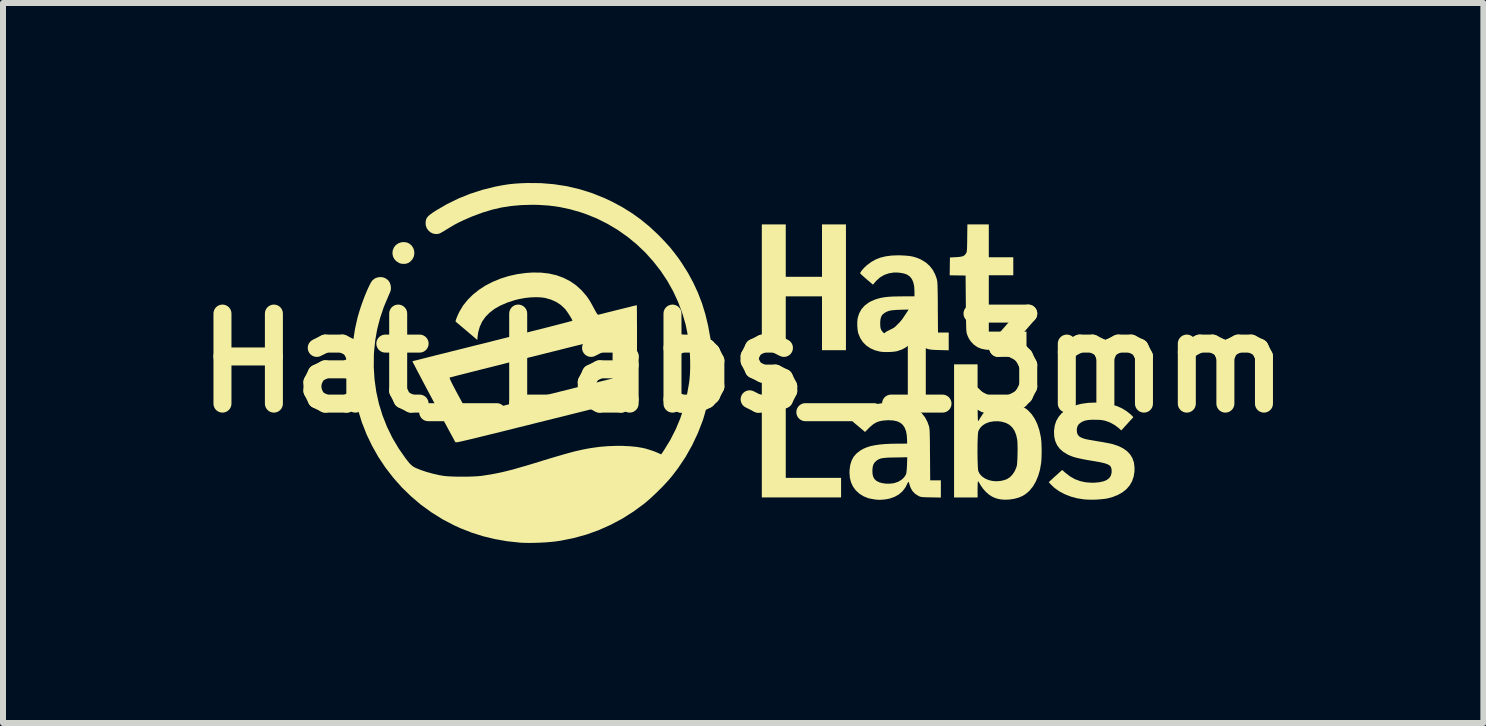
<source format=kicad_pcb>
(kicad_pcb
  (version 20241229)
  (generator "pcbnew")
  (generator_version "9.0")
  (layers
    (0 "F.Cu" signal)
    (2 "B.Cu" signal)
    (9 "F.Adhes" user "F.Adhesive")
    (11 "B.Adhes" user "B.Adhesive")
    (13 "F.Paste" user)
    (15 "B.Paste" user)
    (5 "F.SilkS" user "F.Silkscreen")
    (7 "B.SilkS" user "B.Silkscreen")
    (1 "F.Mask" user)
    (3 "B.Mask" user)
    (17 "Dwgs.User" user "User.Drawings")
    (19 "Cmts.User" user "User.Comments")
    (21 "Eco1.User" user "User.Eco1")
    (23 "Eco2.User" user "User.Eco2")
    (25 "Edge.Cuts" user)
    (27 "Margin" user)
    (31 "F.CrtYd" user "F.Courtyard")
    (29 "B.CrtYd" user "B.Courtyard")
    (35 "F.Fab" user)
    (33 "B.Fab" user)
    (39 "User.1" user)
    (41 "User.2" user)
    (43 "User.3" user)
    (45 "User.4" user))
  (footprint "Hat_Labs_13mm"
    (layer "F.Cu")
    (at 9.336 2.998)
    (property "Reference" "Hat_Labs_13mm" (at 0 0 0) (layer "F.SilkS") (effects (font (size 1.5 1.5) (thickness 0.3))))
    (attr board_only exclude_from_pos_files exclude_from_bom)
    (fp_poly (pts (xy 0.709 1.036) (xy 0.709 1.916) (xy 1.17 1.916) (xy 1.631 1.916) (xy 1.631 2.079) (xy 1.631 2.242) (xy 0.97 2.242) (xy 0.31 2.242) (xy 0.31 1.199) (xy 0.31 0.155) (xy 0.51 0.155) (xy 0.709 0.155)) (stroke (width 0) (type solid)) (fill yes) (layer "F.SilkS"))
    (fp_poly (pts (xy -5.605 -2.007) (xy -5.562 -1.987) (xy -5.523 -1.952) (xy -5.497 -1.91) (xy -5.483 -1.864) (xy -5.481 -1.816) (xy -5.491 -1.768) (xy -5.514 -1.725) (xy -5.548 -1.688) (xy -5.58 -1.666) (xy -5.623 -1.652) (xy -5.671 -1.65) (xy -5.718 -1.658) (xy -5.736 -1.666) (xy -5.783 -1.696) (xy -5.817 -1.734) (xy -5.838 -1.779) (xy -5.846 -1.827) (xy -5.841 -1.875) (xy -5.822 -1.922) (xy -5.791 -1.963) (xy -5.751 -1.991) (xy -5.704 -2.009) (xy -5.654 -2.014)) (stroke (width 0) (type solid)) (fill yes) (layer "F.SilkS"))
    (fp_poly (pts (xy 0.709 -1.871) (xy 0.709 -1.435) (xy 1.011 -1.435) (xy 1.313 -1.435) (xy 1.313 -1.871) (xy 1.313 -2.308) (xy 1.513 -2.308) (xy 1.712 -2.308) (xy 1.712 -1.26) (xy 1.712 -0.212) (xy 1.513 -0.212) (xy 1.313 -0.212) (xy 1.313 -0.66) (xy 1.313 -1.109) (xy 1.011 -1.109) (xy 0.709 -1.109) (xy 0.709 -0.66) (xy 0.709 -0.212) (xy 0.51 -0.212) (xy 0.31 -0.212) (xy 0.31 -1.26) (xy 0.31 -2.308) (xy 0.51 -2.308) (xy 0.709 -2.308)) (stroke (width 0) (type solid)) (fill yes) (layer "F.SilkS"))
    (fp_poly (pts (xy 4.093 -2.034) (xy 4.093 -1.761) (xy 4.297 -1.761) (xy 4.501 -1.761) (xy 4.501 -1.61) (xy 4.501 -1.46) (xy 4.297 -1.46) (xy 4.093 -1.46) (xy 4.093 -0.991) (xy 4.093 -0.522) (xy 4.407 -0.522) (xy 4.721 -0.522) (xy 4.721 -0.367) (xy 4.721 -0.212) (xy 4.409 -0.213) (xy 4.337 -0.213) (xy 4.268 -0.214) (xy 4.204 -0.215) (xy 4.148 -0.216) (xy 4.101 -0.218) (xy 4.066 -0.219) (xy 4.045 -0.221) (xy 4.044 -0.221) (xy 3.968 -0.236) (xy 3.903 -0.263) (xy 3.845 -0.303) (xy 3.812 -0.336) (xy 3.782 -0.373) (xy 3.759 -0.409) (xy 3.74 -0.451) (xy 3.729 -0.481) (xy 3.726 -0.492) (xy 3.723 -0.504) (xy 3.721 -0.519) (xy 3.719 -0.539) (xy 3.717 -0.564) (xy 3.716 -0.596) (xy 3.715 -0.637) (xy 3.714 -0.688) (xy 3.713 -0.749) (xy 3.712 -0.823) (xy 3.711 -0.911) (xy 3.71 -0.991) (xy 3.706 -1.456) (xy 3.573 -1.458) (xy 3.441 -1.46) (xy 3.443 -1.609) (xy 3.445 -1.757) (xy 3.544 -1.762) (xy 3.597 -1.766) (xy 3.637 -1.772) (xy 3.667 -1.781) (xy 3.689 -1.795) (xy 3.706 -1.815) (xy 3.714 -1.827) (xy 3.719 -1.836) (xy 3.723 -1.847) (xy 3.726 -1.861) (xy 3.728 -1.88) (xy 3.73 -1.907) (xy 3.731 -1.943) (xy 3.732 -1.991) (xy 3.733 -2.052) (xy 3.733 -2.081) (xy 3.736 -2.308) (xy 3.915 -2.308) (xy 4.093 -2.308)) (stroke (width 0) (type solid)) (fill yes) (layer "F.SilkS"))
    (fp_poly (pts (xy 3.906 0.497) (xy 3.906 0.599) (xy 3.906 0.689) (xy 3.907 0.769) (xy 3.908 0.837) (xy 3.909 0.891) (xy 3.91 0.932) (xy 3.912 0.959) (xy 3.913 0.97) (xy 3.913 0.97) (xy 3.921 0.964) (xy 3.933 0.946) (xy 3.947 0.922) (xy 3.992 0.852) (xy 4.05 0.788) (xy 4.116 0.732) (xy 4.122 0.728) (xy 4.172 0.701) (xy 4.234 0.681) (xy 4.303 0.668) (xy 4.377 0.662) (xy 4.451 0.665) (xy 4.522 0.675) (xy 4.531 0.677) (xy 4.576 0.692) (xy 4.628 0.715) (xy 4.679 0.742) (xy 4.723 0.771) (xy 4.744 0.788) (xy 4.805 0.852) (xy 4.858 0.93) (xy 4.901 1.019) (xy 4.935 1.12) (xy 4.959 1.231) (xy 4.965 1.276) (xy 4.97 1.328) (xy 4.972 1.391) (xy 4.974 1.46) (xy 4.973 1.53) (xy 4.971 1.595) (xy 4.967 1.651) (xy 4.965 1.668) (xy 4.946 1.78) (xy 4.916 1.883) (xy 4.877 1.976) (xy 4.829 2.058) (xy 4.773 2.128) (xy 4.709 2.184) (xy 4.656 2.217) (xy 4.591 2.245) (xy 4.516 2.265) (xy 4.436 2.277) (xy 4.358 2.28) (xy 4.294 2.275) (xy 4.243 2.265) (xy 4.201 2.252) (xy 4.157 2.233) (xy 4.142 2.225) (xy 4.092 2.192) (xy 4.041 2.147) (xy 3.994 2.093) (xy 3.954 2.035) (xy 3.939 2.008) (xy 3.927 1.987) (xy 3.917 1.975) (xy 3.914 1.973) (xy 3.911 1.981) (xy 3.908 2.004) (xy 3.907 2.04) (xy 3.906 2.087) (xy 3.906 2.108) (xy 3.906 2.242) (xy 3.71 2.242) (xy 3.514 2.242) (xy 3.514 1.487) (xy 3.904 1.487) (xy 3.905 1.554) (xy 3.906 1.617) (xy 3.908 1.676) (xy 3.91 1.726) (xy 3.913 1.767) (xy 3.916 1.795) (xy 3.918 1.804) (xy 3.943 1.852) (xy 3.981 1.893) (xy 4.029 1.926) (xy 4.087 1.951) (xy 4.15 1.967) (xy 4.218 1.973) (xy 4.289 1.967) (xy 4.32 1.961) (xy 4.353 1.952) (xy 4.385 1.941) (xy 4.402 1.933) (xy 4.449 1.901) (xy 4.491 1.856) (xy 4.527 1.801) (xy 4.552 1.741) (xy 4.558 1.72) (xy 4.563 1.695) (xy 4.566 1.656) (xy 4.569 1.609) (xy 4.571 1.554) (xy 4.572 1.496) (xy 4.573 1.439) (xy 4.572 1.384) (xy 4.571 1.336) (xy 4.568 1.297) (xy 4.567 1.285) (xy 4.55 1.203) (xy 4.523 1.134) (xy 4.485 1.077) (xy 4.437 1.032) (xy 4.378 1) (xy 4.308 0.98) (xy 4.248 0.972) (xy 4.173 0.974) (xy 4.104 0.986) (xy 4.042 1.009) (xy 3.991 1.041) (xy 3.95 1.082) (xy 3.922 1.13) (xy 3.918 1.14) (xy 3.915 1.16) (xy 3.911 1.194) (xy 3.909 1.239) (xy 3.907 1.293) (xy 3.905 1.354) (xy 3.905 1.42) (xy 3.904 1.487) (xy 3.514 1.487) (xy 3.514 1.133) (xy 3.514 0.024) (xy 3.71 0.024) (xy 3.906 0.024)) (stroke (width 0) (type solid)) (fill yes) (layer "F.SilkS"))
    (fp_poly (pts (xy 5.869 0.661) (xy 5.923 0.663) (xy 5.985 0.668) (xy 6.049 0.676) (xy 6.109 0.686) (xy 6.158 0.697) (xy 6.159 0.697) (xy 6.237 0.723) (xy 6.314 0.758) (xy 6.384 0.801) (xy 6.445 0.848) (xy 6.466 0.867) (xy 6.502 0.904) (xy 6.47 0.94) (xy 6.451 0.96) (xy 6.425 0.988) (xy 6.396 1.021) (xy 6.369 1.05) (xy 6.301 1.125) (xy 6.26 1.088) (xy 6.19 1.035) (xy 6.11 0.992) (xy 6.059 0.973) (xy 6.027 0.963) (xy 5.994 0.956) (xy 5.957 0.951) (xy 5.911 0.948) (xy 5.892 0.948) (xy 5.818 0.947) (xy 5.757 0.951) (xy 5.706 0.959) (xy 5.664 0.974) (xy 5.634 0.989) (xy 5.595 1.019) (xy 5.571 1.055) (xy 5.56 1.099) (xy 5.559 1.12) (xy 5.564 1.166) (xy 5.578 1.201) (xy 5.604 1.228) (xy 5.629 1.242) (xy 5.648 1.251) (xy 5.667 1.258) (xy 5.688 1.265) (xy 5.713 1.271) (xy 5.745 1.278) (xy 5.785 1.285) (xy 5.837 1.294) (xy 5.901 1.305) (xy 5.924 1.309) (xy 5.98 1.318) (xy 6.034 1.328) (xy 6.082 1.337) (xy 6.122 1.345) (xy 6.151 1.352) (xy 6.156 1.353) (xy 6.251 1.385) (xy 6.331 1.424) (xy 6.397 1.471) (xy 6.448 1.525) (xy 6.486 1.587) (xy 6.511 1.658) (xy 6.521 1.738) (xy 6.521 1.805) (xy 6.508 1.892) (xy 6.481 1.971) (xy 6.44 2.042) (xy 6.386 2.105) (xy 6.318 2.159) (xy 6.238 2.203) (xy 6.145 2.239) (xy 6.063 2.26) (xy 6.014 2.267) (xy 5.954 2.273) (xy 5.888 2.278) (xy 5.82 2.28) (xy 5.755 2.279) (xy 5.698 2.276) (xy 5.685 2.275) (xy 5.569 2.257) (xy 5.46 2.228) (xy 5.358 2.188) (xy 5.267 2.14) (xy 5.186 2.082) (xy 5.121 2.02) (xy 5.092 1.987) (xy 5.145 1.939) (xy 5.177 1.909) (xy 5.214 1.876) (xy 5.25 1.844) (xy 5.257 1.837) (xy 5.316 1.784) (xy 5.366 1.829) (xy 5.445 1.89) (xy 5.527 1.937) (xy 5.615 1.97) (xy 5.709 1.99) (xy 5.812 1.997) (xy 5.859 1.996) (xy 5.94 1.988) (xy 6.007 1.973) (xy 6.06 1.95) (xy 6.1 1.92) (xy 6.126 1.881) (xy 6.139 1.833) (xy 6.14 1.808) (xy 6.139 1.776) (xy 6.133 1.749) (xy 6.123 1.727) (xy 6.105 1.708) (xy 6.079 1.693) (xy 6.044 1.679) (xy 5.997 1.666) (xy 5.937 1.653) (xy 5.863 1.64) (xy 5.833 1.635) (xy 5.744 1.62) (xy 5.669 1.606) (xy 5.607 1.593) (xy 5.554 1.581) (xy 5.508 1.568) (xy 5.469 1.554) (xy 5.433 1.539) (xy 5.409 1.528) (xy 5.336 1.484) (xy 5.276 1.432) (xy 5.231 1.371) (xy 5.2 1.302) (xy 5.183 1.225) (xy 5.18 1.139) (xy 5.181 1.121) (xy 5.193 1.039) (xy 5.217 0.967) (xy 5.255 0.901) (xy 5.306 0.84) (xy 5.307 0.839) (xy 5.372 0.786) (xy 5.449 0.742) (xy 5.538 0.707) (xy 5.638 0.681) (xy 5.748 0.666) (xy 5.866 0.661)) (stroke (width 0) (type solid)) (fill yes) (layer "F.SilkS"))
    (fp_poly (pts (xy 2.635 0.674) (xy 2.734 0.698) (xy 2.829 0.735) (xy 2.836 0.739) (xy 2.913 0.784) (xy 2.978 0.841) (xy 3.031 0.908) (xy 3.072 0.987) (xy 3.096 1.056) (xy 3.099 1.069) (xy 3.102 1.084) (xy 3.104 1.102) (xy 3.106 1.126) (xy 3.108 1.157) (xy 3.109 1.196) (xy 3.11 1.244) (xy 3.111 1.303) (xy 3.112 1.374) (xy 3.112 1.46) (xy 3.113 1.531) (xy 3.116 1.957) (xy 3.205 1.957) (xy 3.294 1.957) (xy 3.294 2.1) (xy 3.294 2.244) (xy 3.129 2.241) (xy 3.073 2.24) (xy 3.03 2.239) (xy 2.999 2.237) (xy 2.975 2.235) (xy 2.957 2.231) (xy 2.942 2.227) (xy 2.927 2.22) (xy 2.919 2.216) (xy 2.863 2.18) (xy 2.819 2.133) (xy 2.787 2.075) (xy 2.771 2.025) (xy 2.763 1.996) (xy 2.756 1.984) (xy 2.748 1.987) (xy 2.739 2.004) (xy 2.703 2.076) (xy 2.655 2.139) (xy 2.595 2.191) (xy 2.525 2.231) (xy 2.445 2.26) (xy 2.388 2.272) (xy 2.337 2.278) (xy 2.293 2.281) (xy 2.251 2.281) (xy 2.201 2.277) (xy 2.182 2.274) (xy 2.091 2.257) (xy 2.01 2.225) (xy 1.938 2.181) (xy 1.878 2.126) (xy 1.831 2.063) (xy 1.798 1.994) (xy 1.778 1.917) (xy 1.771 1.83) (xy 1.772 1.801) (xy 2.153 1.801) (xy 2.156 1.857) (xy 2.168 1.901) (xy 2.188 1.936) (xy 2.219 1.965) (xy 2.223 1.967) (xy 2.265 1.989) (xy 2.319 2.004) (xy 2.379 2.012) (xy 2.441 2.013) (xy 2.502 2.006) (xy 2.524 2.001) (xy 2.585 1.98) (xy 2.638 1.948) (xy 2.68 1.909) (xy 2.709 1.865) (xy 2.715 1.851) (xy 2.719 1.832) (xy 2.723 1.8) (xy 2.727 1.759) (xy 2.729 1.712) (xy 2.73 1.697) (xy 2.734 1.572) (xy 2.535 1.576) (xy 2.463 1.577) (xy 2.405 1.579) (xy 2.359 1.583) (xy 2.322 1.587) (xy 2.293 1.593) (xy 2.268 1.602) (xy 2.246 1.613) (xy 2.225 1.627) (xy 2.221 1.63) (xy 2.19 1.659) (xy 2.169 1.694) (xy 2.157 1.739) (xy 2.153 1.795) (xy 2.153 1.801) (xy 1.772 1.801) (xy 1.772 1.79) (xy 1.783 1.704) (xy 1.806 1.628) (xy 1.842 1.562) (xy 1.892 1.506) (xy 1.955 1.458) (xy 2.003 1.431) (xy 2.059 1.407) (xy 2.122 1.387) (xy 2.194 1.372) (xy 2.276 1.36) (xy 2.369 1.352) (xy 2.476 1.347) (xy 2.591 1.346) (xy 2.732 1.345) (xy 2.731 1.299) (xy 2.727 1.212) (xy 2.714 1.139) (xy 2.691 1.08) (xy 2.659 1.032) (xy 2.617 0.997) (xy 2.564 0.973) (xy 2.499 0.959) (xy 2.422 0.955) (xy 2.392 0.956) (xy 2.323 0.962) (xy 2.265 0.974) (xy 2.215 0.993) (xy 2.167 1.022) (xy 2.119 1.062) (xy 2.085 1.095) (xy 2.03 1.151) (xy 1.936 1.071) (xy 1.902 1.042) (xy 1.871 1.017) (xy 1.847 0.996) (xy 1.832 0.983) (xy 1.828 0.981) (xy 1.822 0.97) (xy 1.823 0.956) (xy 1.835 0.936) (xy 1.857 0.909) (xy 1.891 0.873) (xy 1.904 0.86) (xy 1.968 0.804) (xy 2.035 0.758) (xy 2.109 0.722) (xy 2.191 0.695) (xy 2.282 0.676) (xy 2.387 0.665) (xy 2.414 0.664) (xy 2.529 0.663)) (stroke (width 0) (type solid)) (fill yes) (layer "F.SilkS"))
    (fp_poly (pts (xy 2.632 -1.792) (xy 2.707 -1.788) (xy 2.77 -1.782) (xy 2.825 -1.772) (xy 2.875 -1.758) (xy 2.926 -1.739) (xy 2.967 -1.72) (xy 3.043 -1.674) (xy 3.106 -1.618) (xy 3.159 -1.551) (xy 3.2 -1.472) (xy 3.222 -1.411) (xy 3.226 -1.396) (xy 3.229 -1.383) (xy 3.232 -1.368) (xy 3.235 -1.35) (xy 3.236 -1.329) (xy 3.238 -1.301) (xy 3.239 -1.267) (xy 3.24 -1.223) (xy 3.241 -1.17) (xy 3.242 -1.105) (xy 3.243 -1.026) (xy 3.243 -0.933) (xy 3.243 -0.928) (xy 3.246 -0.506) (xy 3.336 -0.506) (xy 3.425 -0.506) (xy 3.425 -0.358) (xy 3.425 -0.21) (xy 3.272 -0.214) (xy 3.205 -0.216) (xy 3.152 -0.219) (xy 3.11 -0.224) (xy 3.076 -0.232) (xy 3.048 -0.242) (xy 3.022 -0.256) (xy 2.997 -0.275) (xy 2.994 -0.277) (xy 2.96 -0.312) (xy 2.93 -0.357) (xy 2.908 -0.406) (xy 2.897 -0.448) (xy 2.892 -0.471) (xy 2.884 -0.477) (xy 2.875 -0.468) (xy 2.863 -0.444) (xy 2.826 -0.373) (xy 2.776 -0.312) (xy 2.715 -0.261) (xy 2.643 -0.222) (xy 2.561 -0.195) (xy 2.546 -0.192) (xy 2.502 -0.186) (xy 2.449 -0.182) (xy 2.392 -0.181) (xy 2.336 -0.182) (xy 2.289 -0.187) (xy 2.281 -0.188) (xy 2.195 -0.21) (xy 2.119 -0.244) (xy 2.051 -0.29) (xy 1.995 -0.346) (xy 1.951 -0.412) (xy 1.92 -0.487) (xy 1.912 -0.516) (xy 1.905 -0.562) (xy 1.901 -0.618) (xy 1.901 -0.662) (xy 2.283 -0.662) (xy 2.284 -0.62) (xy 2.287 -0.59) (xy 2.293 -0.566) (xy 2.3 -0.55) (xy 2.324 -0.515) (xy 2.361 -0.485) (xy 2.401 -0.465) (xy 2.453 -0.451) (xy 2.515 -0.445) (xy 2.58 -0.447) (xy 2.644 -0.457) (xy 2.666 -0.462) (xy 2.724 -0.484) (xy 2.773 -0.515) (xy 2.812 -0.552) (xy 2.839 -0.595) (xy 2.844 -0.61) (xy 2.848 -0.631) (xy 2.851 -0.664) (xy 2.853 -0.706) (xy 2.854 -0.754) (xy 2.854 -0.766) (xy 2.854 -0.891) (xy 2.668 -0.887) (xy 2.597 -0.885) (xy 2.539 -0.882) (xy 2.493 -0.878) (xy 2.456 -0.873) (xy 2.425 -0.866) (xy 2.399 -0.856) (xy 2.374 -0.844) (xy 2.358 -0.834) (xy 2.326 -0.81) (xy 2.304 -0.781) (xy 2.291 -0.744) (xy 2.284 -0.697) (xy 2.283 -0.662) (xy 1.901 -0.662) (xy 1.901 -0.675) (xy 1.905 -0.727) (xy 1.909 -0.752) (xy 1.933 -0.826) (xy 1.97 -0.894) (xy 2.021 -0.952) (xy 2.085 -1.002) (xy 2.129 -1.026) (xy 2.18 -1.049) (xy 2.231 -1.067) (xy 2.285 -1.082) (xy 2.345 -1.093) (xy 2.412 -1.101) (xy 2.489 -1.106) (xy 2.579 -1.108) (xy 2.66 -1.109) (xy 2.854 -1.109) (xy 2.854 -1.198) (xy 2.849 -1.277) (xy 2.835 -1.343) (xy 2.811 -1.397) (xy 2.778 -1.439) (xy 2.733 -1.47) (xy 2.72 -1.476) (xy 2.679 -1.49) (xy 2.627 -1.5) (xy 2.572 -1.506) (xy 2.519 -1.506) (xy 2.507 -1.506) (xy 2.423 -1.492) (xy 2.348 -1.465) (xy 2.28 -1.425) (xy 2.218 -1.369) (xy 2.188 -1.335) (xy 2.163 -1.304) (xy 2.056 -1.395) (xy 2.021 -1.425) (xy 1.991 -1.452) (xy 1.967 -1.474) (xy 1.953 -1.489) (xy 1.949 -1.495) (xy 1.955 -1.51) (xy 1.97 -1.533) (xy 1.993 -1.56) (xy 2.02 -1.59) (xy 2.05 -1.618) (xy 2.066 -1.632) (xy 2.135 -1.683) (xy 2.208 -1.724) (xy 2.288 -1.755) (xy 2.375 -1.776) (xy 2.472 -1.789) (xy 2.581 -1.793)) (stroke (width 0) (type solid)) (fill yes) (layer "F.SilkS"))
    (fp_poly (pts (xy -3.375 -1.505) (xy -3.24 -1.49) (xy -3.113 -1.461) (xy -2.995 -1.418) (xy -2.885 -1.362) (xy -2.784 -1.292) (xy -2.693 -1.209) (xy -2.61 -1.113) (xy -2.574 -1.062) (xy -2.559 -1.037) (xy -2.538 -1.002) (xy -2.515 -0.961) (xy -2.492 -0.918) (xy -2.486 -0.907) (xy -2.462 -0.863) (xy -2.444 -0.832) (xy -2.431 -0.813) (xy -2.421 -0.804) (xy -2.415 -0.803) (xy -2.403 -0.806) (xy -2.378 -0.812) (xy -2.342 -0.821) (xy -2.296 -0.833) (xy -2.244 -0.846) (xy -2.186 -0.86) (xy -2.125 -0.876) (xy -2.063 -0.891) (xy -2.002 -0.906) (xy -1.945 -0.92) (xy -1.892 -0.933) (xy -1.847 -0.945) (xy -1.811 -0.953) (xy -1.786 -0.959) (xy -1.774 -0.962) (xy -1.774 -0.962) (xy -1.773 -0.954) (xy -1.772 -0.931) (xy -1.772 -0.894) (xy -1.771 -0.844) (xy -1.771 -0.782) (xy -1.771 -0.709) (xy -1.77 -0.627) (xy -1.77 -0.536) (xy -1.77 -0.438) (xy -1.77 -0.334) (xy -1.77 -0.224) (xy -1.77 -0.19) (xy -1.77 0.583) (xy -3.279 0.959) (xy -3.46 1.004) (xy -3.626 1.046) (xy -3.778 1.083) (xy -3.916 1.118) (xy -4.041 1.149) (xy -4.153 1.177) (xy -4.254 1.201) (xy -4.343 1.223) (xy -4.422 1.243) (xy -4.491 1.26) (xy -4.551 1.274) (xy -4.602 1.286) (xy -4.646 1.296) (xy -4.682 1.305) (xy -4.712 1.311) (xy -4.736 1.316) (xy -4.755 1.32) (xy -4.769 1.322) (xy -4.78 1.323) (xy -4.787 1.323) (xy -4.792 1.322) (xy -4.795 1.321) (xy -4.797 1.319) (xy -4.798 1.318) (xy -4.807 1.304) (xy -4.821 1.277) (xy -4.842 1.239) (xy -4.868 1.191) (xy -4.899 1.134) (xy -4.934 1.069) (xy -4.972 0.998) (xy -5.013 0.922) (xy -5.056 0.841) (xy -5.1 0.758) (xy -5.145 0.673) (xy -5.19 0.588) (xy -5.235 0.504) (xy -5.279 0.421) (xy -5.321 0.342) (xy -5.36 0.268) (xy -5.369 0.25) (xy -4.893 0.25) (xy -4.889 0.263) (xy -4.88 0.285) (xy -4.865 0.317) (xy -4.844 0.36) (xy -4.816 0.413) (xy -4.781 0.48) (xy -4.741 0.554) (xy -4.706 0.618) (xy -4.674 0.678) (xy -4.645 0.731) (xy -4.619 0.777) (xy -4.598 0.814) (xy -4.583 0.84) (xy -4.574 0.854) (xy -4.573 0.856) (xy -4.564 0.854) (xy -4.541 0.849) (xy -4.503 0.839) (xy -4.452 0.827) (xy -4.389 0.811) (xy -4.315 0.793) (xy -4.229 0.772) (xy -4.135 0.748) (xy -4.031 0.722) (xy -3.919 0.694) (xy -3.8 0.664) (xy -3.675 0.633) (xy -3.544 0.601) (xy -3.409 0.567) (xy -3.372 0.558) (xy -2.177 0.259) (xy -2.177 -0.087) (xy -2.177 -0.172) (xy -2.177 -0.241) (xy -2.178 -0.298) (xy -2.178 -0.342) (xy -2.179 -0.376) (xy -2.181 -0.4) (xy -2.182 -0.417) (xy -2.184 -0.426) (xy -2.187 -0.431) (xy -2.19 -0.432) (xy -2.199 -0.43) (xy -2.223 -0.425) (xy -2.261 -0.415) (xy -2.312 -0.403) (xy -2.375 -0.388) (xy -2.448 -0.369) (xy -2.532 -0.349) (xy -2.624 -0.326) (xy -2.724 -0.301) (xy -2.831 -0.275) (xy -2.943 -0.247) (xy -3.061 -0.217) (xy -3.182 -0.187) (xy -3.306 -0.156) (xy -3.432 -0.124) (xy -3.559 -0.093) (xy -3.686 -0.061) (xy -3.811 -0.029) (xy -3.935 0.001) (xy -4.055 0.032) (xy -4.171 0.061) (xy -4.282 0.089) (xy -4.387 0.115) (xy -4.485 0.14) (xy -4.575 0.163) (xy -4.655 0.183) (xy -4.726 0.201) (xy -4.785 0.216) (xy -4.833 0.229) (xy -4.867 0.238) (xy -4.887 0.243) (xy -4.893 0.245) (xy -4.893 0.25) (xy -5.369 0.25) (xy -5.396 0.199) (xy -5.429 0.137) (xy -5.457 0.083) (xy -5.48 0.038) (xy -5.498 0.004) (xy -5.509 -0.018) (xy -5.513 -0.027) (xy -5.513 -0.027) (xy -5.505 -0.03) (xy -5.482 -0.036) (xy -5.444 -0.045) (xy -5.393 -0.058) (xy -5.33 -0.074) (xy -5.255 -0.093) (xy -5.169 -0.115) (xy -5.072 -0.139) (xy -4.967 -0.165) (xy -4.853 -0.194) (xy -4.732 -0.224) (xy -4.604 -0.256) (xy -4.469 -0.29) (xy -4.33 -0.324) (xy -4.186 -0.36) (xy -4.177 -0.363) (xy -4.033 -0.399) (xy -3.894 -0.434) (xy -3.759 -0.467) (xy -3.631 -0.5) (xy -3.509 -0.531) (xy -3.395 -0.559) (xy -3.29 -0.586) (xy -3.193 -0.611) (xy -3.107 -0.633) (xy -3.031 -0.653) (xy -2.968 -0.669) (xy -2.916 -0.683) (xy -2.878 -0.693) (xy -2.855 -0.7) (xy -2.846 -0.703) (xy -2.846 -0.703) (xy -2.85 -0.716) (xy -2.862 -0.739) (xy -2.88 -0.77) (xy -2.901 -0.803) (xy -2.924 -0.838) (xy -2.947 -0.87) (xy -2.967 -0.897) (xy -2.977 -0.907) (xy -3.04 -0.966) (xy -3.115 -1.015) (xy -3.201 -1.054) (xy -3.295 -1.081) (xy -3.297 -1.082) (xy -3.369 -1.092) (xy -3.452 -1.095) (xy -3.542 -1.092) (xy -3.636 -1.082) (xy -3.729 -1.065) (xy -3.804 -1.047) (xy -3.931 -1.006) (xy -4.044 -0.957) (xy -4.142 -0.902) (xy -4.226 -0.838) (xy -4.295 -0.768) (xy -4.35 -0.69) (xy -4.39 -0.604) (xy -4.416 -0.512) (xy -4.426 -0.446) (xy -4.432 -0.383) (xy -4.611 -0.535) (xy -4.657 -0.574) (xy -4.699 -0.609) (xy -4.735 -0.64) (xy -4.764 -0.664) (xy -4.784 -0.681) (xy -4.793 -0.689) (xy -4.793 -0.689) (xy -4.793 -0.699) (xy -4.787 -0.721) (xy -4.776 -0.75) (xy -4.762 -0.785) (xy -4.745 -0.822) (xy -4.731 -0.851) (xy -4.67 -0.954) (xy -4.594 -1.049) (xy -4.506 -1.137) (xy -4.406 -1.217) (xy -4.296 -1.289) (xy -4.175 -1.351) (xy -4.047 -1.404) (xy -3.91 -1.447) (xy -3.768 -1.479) (xy -3.62 -1.499) (xy -3.518 -1.506)) (stroke (width 0) (type solid)) (fill yes) (layer "F.SilkS"))
    (fp_poly (pts (xy -3.373 -2.996) (xy -3.155 -2.978) (xy -2.939 -2.945) (xy -2.728 -2.895) (xy -2.52 -2.83) (xy -2.317 -2.749) (xy -2.185 -2.687) (xy -2.016 -2.596) (xy -1.858 -2.498) (xy -1.709 -2.392) (xy -1.566 -2.275) (xy -1.425 -2.144) (xy -1.398 -2.117) (xy -1.304 -2.019) (xy -1.22 -1.926) (xy -1.144 -1.831) (xy -1.07 -1.732) (xy -1.025 -1.666) (xy -0.922 -1.503) (xy -0.832 -1.337) (xy -0.754 -1.168) (xy -0.687 -0.994) (xy -0.631 -0.812) (xy -0.585 -0.62) (xy -0.548 -0.417) (xy -0.537 -0.342) (xy -0.533 -0.303) (xy -0.53 -0.248) (xy -0.528 -0.177) (xy -0.526 -0.092) (xy -0.526 0) (xy -0.526 0.08) (xy -0.527 0.147) (xy -0.528 0.204) (xy -0.53 0.253) (xy -0.533 0.299) (xy -0.538 0.344) (xy -0.544 0.391) (xy -0.552 0.443) (xy -0.561 0.504) (xy -0.564 0.518) (xy -0.574 0.573) (xy -0.588 0.639) (xy -0.605 0.71) (xy -0.623 0.783) (xy -0.642 0.853) (xy -0.66 0.915) (xy -0.675 0.962) (xy -0.756 1.171) (xy -0.851 1.372) (xy -0.96 1.566) (xy -1.085 1.753) (xy -1.18 1.878) (xy -1.228 1.936) (xy -1.286 2) (xy -1.351 2.069) (xy -1.42 2.138) (xy -1.49 2.205) (xy -1.557 2.267) (xy -1.62 2.321) (xy -1.647 2.344) (xy -1.827 2.476) (xy -2.014 2.595) (xy -2.208 2.698) (xy -2.408 2.787) (xy -2.613 2.861) (xy -2.823 2.919) (xy -3.037 2.962) (xy -3.131 2.976) (xy -3.209 2.984) (xy -3.295 2.991) (xy -3.386 2.996) (xy -3.477 2.999) (xy -3.565 3) (xy -3.645 2.999) (xy -3.714 2.996) (xy -3.722 2.995) (xy -3.936 2.972) (xy -4.139 2.936) (xy -4.334 2.889) (xy -4.524 2.829) (xy -4.71 2.756) (xy -4.818 2.707) (xy -5.011 2.606) (xy -5.195 2.491) (xy -5.369 2.365) (xy -5.533 2.226) (xy -5.687 2.077) (xy -5.829 1.917) (xy -5.96 1.748) (xy -6.079 1.57) (xy -6.184 1.384) (xy -6.277 1.191) (xy -6.355 0.991) (xy -6.419 0.785) (xy -6.468 0.574) (xy -6.486 0.469) (xy -6.511 0.264) (xy -6.522 0.055) (xy -6.518 -0.154) (xy -6.501 -0.362) (xy -6.47 -0.565) (xy -6.426 -0.762) (xy -6.424 -0.766) (xy -6.404 -0.836) (xy -6.381 -0.91) (xy -6.355 -0.985) (xy -6.328 -1.06) (xy -6.3 -1.132) (xy -6.272 -1.199) (xy -6.245 -1.259) (xy -6.22 -1.31) (xy -6.198 -1.35) (xy -6.179 -1.376) (xy -6.178 -1.377) (xy -6.14 -1.407) (xy -6.094 -1.425) (xy -6.045 -1.431) (xy -5.995 -1.424) (xy -5.958 -1.408) (xy -5.917 -1.377) (xy -5.89 -1.338) (xy -5.875 -1.29) (xy -5.872 -1.264) (xy -5.871 -1.24) (xy -5.873 -1.22) (xy -5.877 -1.2) (xy -5.886 -1.176) (xy -5.9 -1.144) (xy -5.911 -1.119) (xy -5.989 -0.934) (xy -6.051 -0.75) (xy -6.099 -0.566) (xy -6.132 -0.38) (xy -6.152 -0.189) (xy -6.155 -0.139) (xy -6.157 0.071) (xy -6.144 0.278) (xy -6.115 0.482) (xy -6.071 0.681) (xy -6.011 0.876) (xy -5.936 1.066) (xy -5.846 1.25) (xy -5.741 1.427) (xy -5.63 1.586) (xy -5.593 1.634) (xy -5.563 1.671) (xy -5.536 1.698) (xy -5.512 1.719) (xy -5.486 1.736) (xy -5.459 1.75) (xy -5.374 1.785) (xy -5.277 1.817) (xy -5.173 1.846) (xy -5.067 1.87) (xy -5.005 1.881) (xy -4.958 1.887) (xy -4.897 1.891) (xy -4.827 1.894) (xy -4.751 1.896) (xy -4.671 1.896) (xy -4.591 1.896) (xy -4.514 1.893) (xy -4.445 1.89) (xy -4.384 1.885) (xy -4.35 1.881) (xy -4.281 1.87) (xy -4.215 1.86) (xy -4.151 1.848) (xy -4.088 1.836) (xy -4.023 1.822) (xy -3.956 1.806) (xy -3.884 1.788) (xy -3.806 1.767) (xy -3.72 1.742) (xy -3.624 1.715) (xy -3.518 1.683) (xy -3.399 1.647) (xy -3.306 1.618) (xy -3.184 1.581) (xy -3.075 1.549) (xy -2.979 1.521) (xy -2.892 1.497) (xy -2.813 1.476) (xy -2.74 1.459) (xy -2.672 1.444) (xy -2.607 1.431) (xy -2.543 1.42) (xy -2.518 1.416) (xy -2.393 1.399) (xy -2.263 1.388) (xy -2.133 1.383) (xy -2.006 1.383) (xy -1.885 1.389) (xy -1.773 1.4) (xy -1.68 1.416) (xy -1.635 1.426) (xy -1.584 1.441) (xy -1.53 1.458) (xy -1.479 1.476) (xy -1.435 1.494) (xy -1.408 1.506) (xy -1.386 1.516) (xy -1.37 1.523) (xy -1.366 1.523) (xy -1.361 1.516) (xy -1.349 1.498) (xy -1.331 1.472) (xy -1.315 1.447) (xy -1.213 1.28) (xy -1.125 1.107) (xy -1.05 0.928) (xy -0.989 0.742) (xy -0.94 0.548) (xy -0.904 0.344) (xy -0.895 0.277) (xy -0.888 0.192) (xy -0.884 0.094) (xy -0.884 -0.011) (xy -0.887 -0.121) (xy -0.894 -0.231) (xy -0.904 -0.337) (xy -0.918 -0.435) (xy -0.919 -0.44) (xy -0.959 -0.637) (xy -1.015 -0.829) (xy -1.085 -1.015) (xy -1.168 -1.195) (xy -1.265 -1.368) (xy -1.375 -1.533) (xy -1.497 -1.689) (xy -1.629 -1.837) (xy -1.773 -1.974) (xy -1.926 -2.1) (xy -2.089 -2.215) (xy -2.26 -2.317) (xy -2.439 -2.407) (xy -2.626 -2.482) (xy -2.711 -2.511) (xy -2.887 -2.561) (xy -3.061 -2.598) (xy -3.237 -2.622) (xy -3.42 -2.634) (xy -3.523 -2.635) (xy -3.699 -2.63) (xy -3.867 -2.615) (xy -4.028 -2.59) (xy -4.187 -2.553) (xy -4.347 -2.504) (xy -4.512 -2.443) (xy -4.566 -2.42) (xy -4.657 -2.38) (xy -4.738 -2.342) (xy -4.812 -2.303) (xy -4.885 -2.26) (xy -4.949 -2.221) (xy -4.987 -2.197) (xy -5.022 -2.177) (xy -5.052 -2.161) (xy -5.073 -2.152) (xy -5.075 -2.152) (xy -5.124 -2.147) (xy -5.171 -2.156) (xy -5.213 -2.177) (xy -5.249 -2.209) (xy -5.276 -2.249) (xy -5.291 -2.296) (xy -5.293 -2.327) (xy -5.291 -2.362) (xy -5.284 -2.392) (xy -5.271 -2.419) (xy -5.249 -2.445) (xy -5.218 -2.473) (xy -5.176 -2.503) (xy -5.121 -2.539) (xy -4.939 -2.645) (xy -4.748 -2.739) (xy -4.549 -2.819) (xy -4.344 -2.885) (xy -4.135 -2.937) (xy -4.02 -2.959) (xy -3.949 -2.971) (xy -3.884 -2.98) (xy -3.821 -2.986) (xy -3.756 -2.991) (xy -3.684 -2.995) (xy -3.601 -2.998) (xy -3.595 -2.998)) (stroke (width 0) (type solid)) (fill yes) (layer "F.SilkS")))
  (gr_rect
    (start -3 -3)
    (end 21.671 8.999)
    (stroke (width 0.1) (type default))
    (fill no)
    (layer "Edge.Cuts")))
</source>
